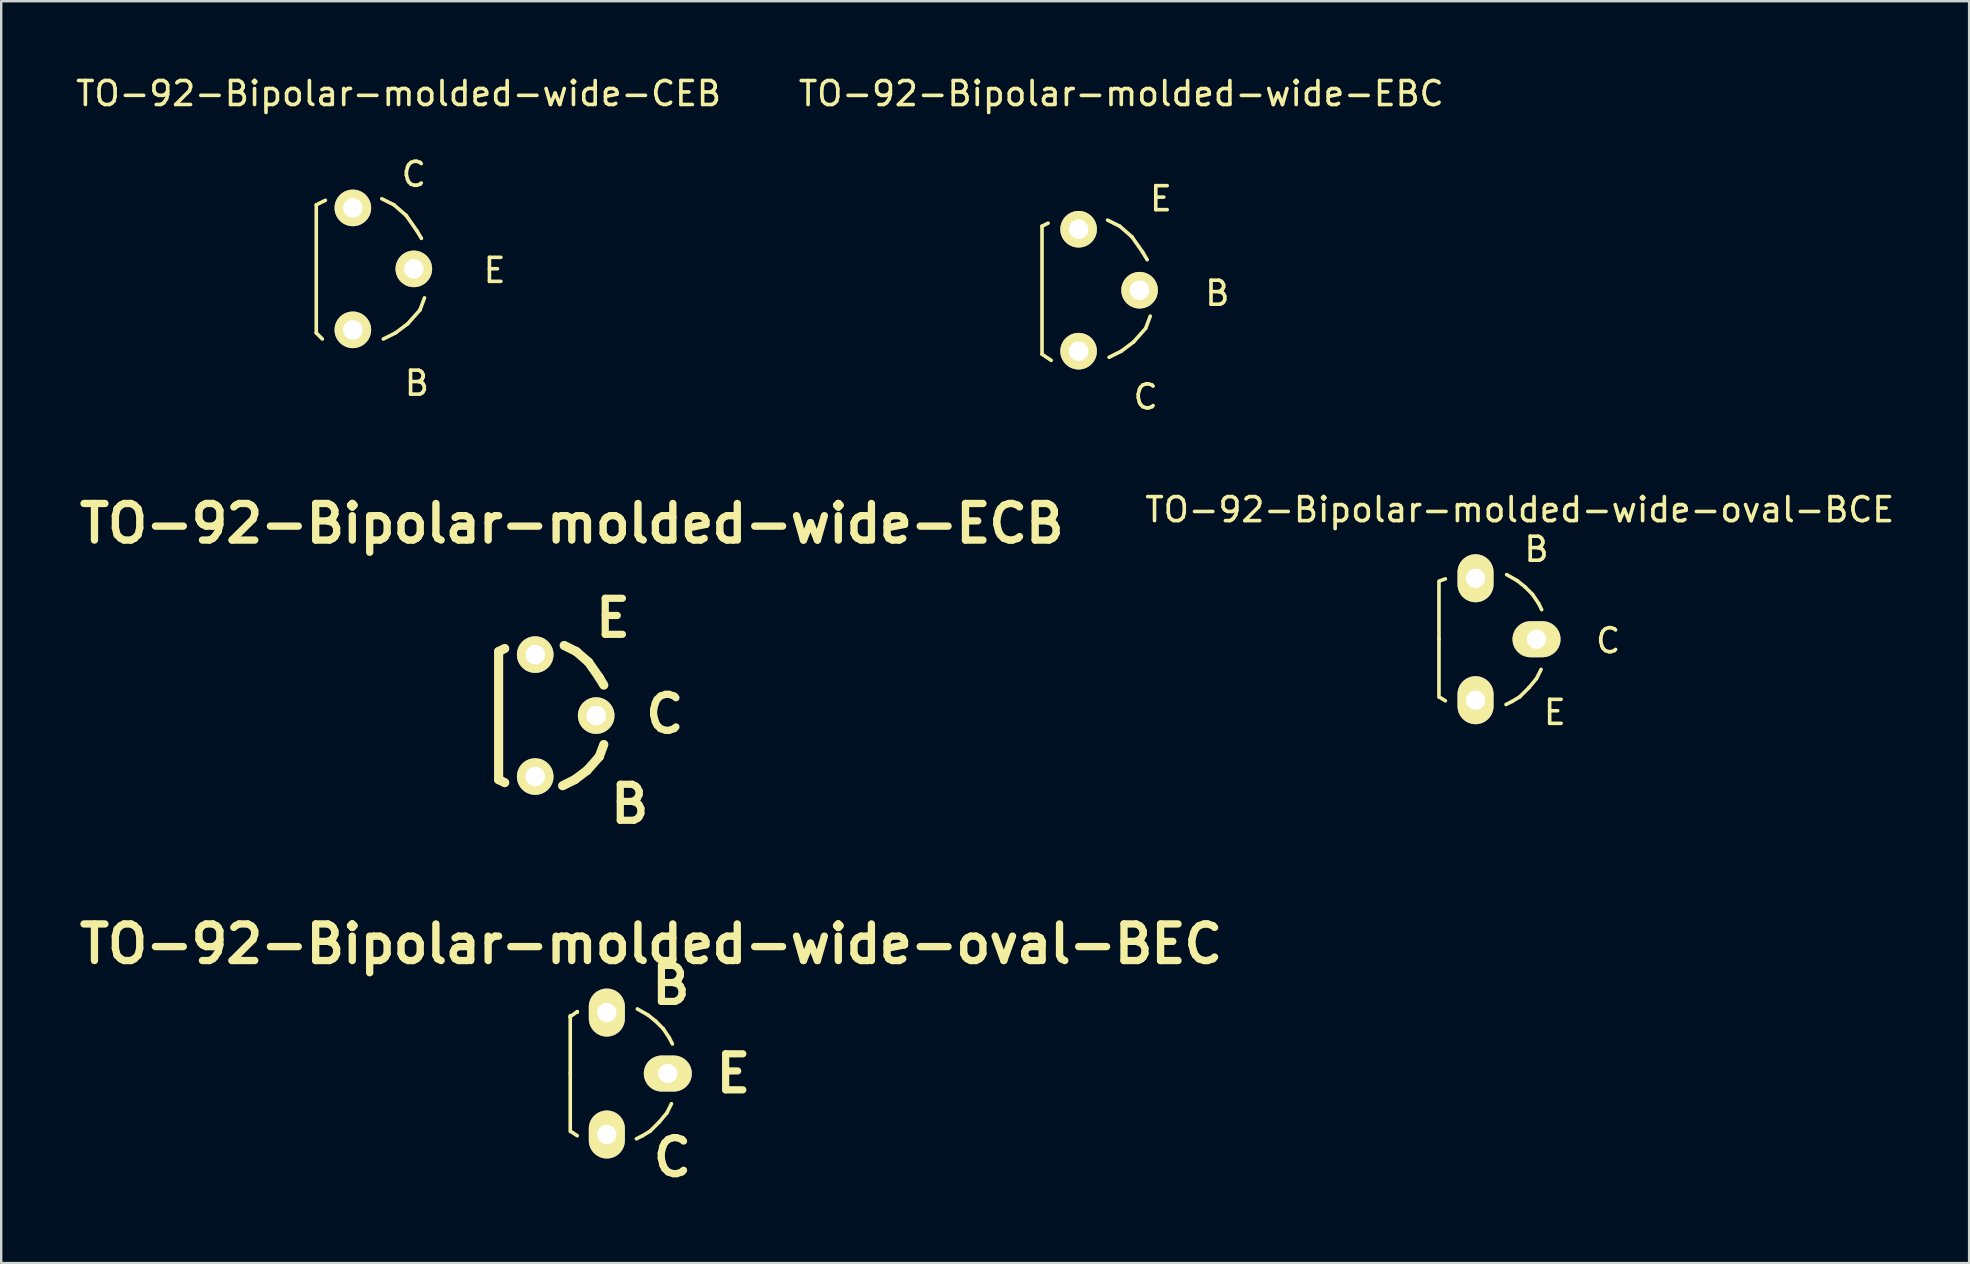
<source format=kicad_pcb>
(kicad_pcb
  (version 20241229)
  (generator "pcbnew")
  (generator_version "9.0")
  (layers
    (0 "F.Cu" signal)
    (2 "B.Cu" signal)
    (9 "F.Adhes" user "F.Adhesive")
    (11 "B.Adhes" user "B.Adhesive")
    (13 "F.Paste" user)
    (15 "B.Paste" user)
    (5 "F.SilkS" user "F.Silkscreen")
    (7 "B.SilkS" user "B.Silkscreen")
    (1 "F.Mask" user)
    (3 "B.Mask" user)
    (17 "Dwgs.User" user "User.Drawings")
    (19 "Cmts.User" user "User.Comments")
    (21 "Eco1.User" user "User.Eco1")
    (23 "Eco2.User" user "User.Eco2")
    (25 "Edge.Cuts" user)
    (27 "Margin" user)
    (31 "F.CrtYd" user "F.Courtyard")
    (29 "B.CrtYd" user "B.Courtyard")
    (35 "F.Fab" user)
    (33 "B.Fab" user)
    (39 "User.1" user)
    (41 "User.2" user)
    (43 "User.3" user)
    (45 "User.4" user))
  (footprint "TO-92-Bipolar-molded-wide-EBC"
    (layer "F.Cu")
    (at 41.883 9.04)
    (property "Reference" "TO-92-Bipolar-molded-wide-EBC" (at 1.778 -8.191 0) (layer "F.SilkS") (effects (font (size 1 1) (thickness 0.15))))
    (attr through_hole)
    (fp_line (start -1.524 -2.667) (end -1.524 2.667) (stroke (width 0.15) (type solid)) (layer "F.SilkS"))
    (fp_line (start -1.524 -2.667) (end -1.27 -2.794) (stroke (width 0.15) (type solid)) (layer "F.SilkS"))
    (fp_line (start -1.524 2.667) (end -1.143 2.921) (stroke (width 0.15) (type solid)) (layer "F.SilkS"))
    (fp_line (start 1.206 -2.921) (end 1.714 -2.667) (stroke (width 0.15) (type solid)) (layer "F.SilkS"))
    (fp_line (start 1.714 -2.667) (end 2.223 -2.223) (stroke (width 0.15) (type solid)) (layer "F.SilkS"))
    (fp_line (start 1.778 2.54) (end 1.27 2.794) (stroke (width 0.15) (type solid)) (layer "F.SilkS"))
    (fp_line (start 2.223 -2.223) (end 2.667 -1.587) (stroke (width 0.15) (type solid)) (layer "F.SilkS"))
    (fp_line (start 2.286 2.159) (end 1.778 2.54) (stroke (width 0.15) (type solid)) (layer "F.SilkS"))
    (fp_line (start 2.667 -1.587) (end 2.857 -1.27) (stroke (width 0.15) (type solid)) (layer "F.SilkS"))
    (fp_line (start 2.794 1.587) (end 2.286 2.159) (stroke (width 0.15) (type solid)) (layer "F.SilkS"))
    (fp_line (start 2.985 1.079) (end 2.794 1.587) (stroke (width 0.15) (type solid)) (layer "F.SilkS"))
    (fp_text user "C" (at 2.794 4.445 0) (layer "F.SilkS") (effects (font (size 1 1) (thickness 0.15))))
    (fp_text user "E" (at 3.429 -3.81 0) (layer "F.SilkS") (effects (font (size 1 1) (thickness 0.15))))
    (fp_text user "B" (at 5.779 0.127 0) (layer "F.SilkS") (effects (font (size 1 1) (thickness 0.15))))
    (pad "B" thru_hole circle (at 2.54 0) (size 1.524 1.524) (drill 0.813) (layers "*.Cu" "*.Mask" "F.SilkS"))
    (pad "C" thru_hole circle (at 0 2.54) (size 1.524 1.524) (drill 0.813) (layers "*.Cu" "*.Mask" "F.SilkS"))
    (pad "E" thru_hole circle (at 0 -2.54) (size 1.524 1.524) (drill 0.813) (layers "*.Cu" "*.Mask" "F.SilkS")))
  (footprint "TO-92-Bipolar-molded-wide-oval-BCE"
    (layer "F.Cu")
    (at 58.419 23.579)
    (property "Reference" "TO-92-Bipolar-molded-wide-oval-BCE" (at 1.841 -5.397 0) (layer "F.SilkS") (effects (font (size 1 1) (thickness 0.15))))
    (attr through_hole)
    (fp_line (start -1.524 0) (end -1.524 -2.413) (stroke (width 0.15) (type solid)) (layer "F.SilkS"))
    (fp_line (start -1.524 0) (end -1.524 2.413) (stroke (width 0.15) (type solid)) (layer "F.SilkS"))
    (fp_line (start -1.499 -2.426) (end -1.257 -2.515) (stroke (width 0.15) (type solid)) (layer "F.SilkS"))
    (fp_line (start -1.499 2.413) (end -1.257 2.565) (stroke (width 0.15) (type solid)) (layer "F.SilkS"))
    (fp_line (start 1.295 -2.692) (end 1.74 -2.438) (stroke (width 0.15) (type solid)) (layer "F.SilkS"))
    (fp_line (start 1.524 2.591) (end 1.27 2.718) (stroke (width 0.15) (type solid)) (layer "F.SilkS"))
    (fp_line (start 1.74 -2.438) (end 2.057 -2.184) (stroke (width 0.15) (type solid)) (layer "F.SilkS"))
    (fp_line (start 1.841 2.4) (end 1.524 2.591) (stroke (width 0.15) (type solid)) (layer "F.SilkS"))
    (fp_line (start 2.057 -2.184) (end 2.375 -1.867) (stroke (width 0.15) (type solid)) (layer "F.SilkS"))
    (fp_line (start 2.223 2.019) (end 1.841 2.4) (stroke (width 0.15) (type solid)) (layer "F.SilkS"))
    (fp_line (start 2.375 -1.867) (end 2.629 -1.486) (stroke (width 0.15) (type solid)) (layer "F.SilkS"))
    (fp_line (start 2.54 1.638) (end 2.223 2.019) (stroke (width 0.15) (type solid)) (layer "F.SilkS"))
    (fp_line (start 2.629 -1.486) (end 2.756 -1.232) (stroke (width 0.15) (type solid)) (layer "F.SilkS"))
    (fp_line (start 2.731 1.257) (end 2.54 1.638) (stroke (width 0.15) (type solid)) (layer "F.SilkS"))
    (fp_text user "C" (at 5.524 0.064 0) (layer "F.SilkS") (effects (font (size 1 1) (thickness 0.15))))
    (fp_text user "E" (at 3.302 3.048 0) (layer "F.SilkS") (effects (font (size 1 1) (thickness 0.15))))
    (fp_text user "B" (at 2.54 -3.747 0) (layer "F.SilkS") (effects (font (size 1 1) (thickness 0.15))))
    (pad "B" thru_hole oval (at 0 -2.54) (size 1.501 1.999) (drill 0.8) (layers "*.Cu" "*.Mask" "F.SilkS"))
    (pad "C" thru_hole oval (at 2.54 0) (size 1.999 1.501) (drill 0.8) (layers "*.Cu" "*.Mask" "F.SilkS"))
    (pad "E" thru_hole oval (at 0 2.54) (size 1.501 1.999) (drill 0.8) (layers "*.Cu" "*.Mask" "F.SilkS")))
  (footprint "TO-92-Bipolar-molded-wide-ECB"
    (layer "F.Cu")
    (at 19.246 26.76)
    (property "Reference" "TO-92-Bipolar-molded-wide-ECB" (at 1.524 -8.001 0) (layer "F.SilkS") (effects (font (size 1.524 1.524) (thickness 0.305))))
    (attr through_hole)
    (fp_line (start -1.524 -2.667) (end -1.524 2.667) (stroke (width 0.381) (type solid)) (layer "F.SilkS"))
    (fp_line (start -1.524 -2.667) (end -1.27 -2.794) (stroke (width 0.381) (type solid)) (layer "F.SilkS"))
    (fp_line (start -1.524 2.667) (end -1.27 2.794) (stroke (width 0.381) (type solid)) (layer "F.SilkS"))
    (fp_line (start 1.206 -2.921) (end 1.714 -2.667) (stroke (width 0.381) (type solid)) (layer "F.SilkS"))
    (fp_line (start 1.651 2.667) (end 1.143 2.921) (stroke (width 0.381) (type solid)) (layer "F.SilkS"))
    (fp_line (start 1.714 -2.667) (end 2.223 -2.223) (stroke (width 0.381) (type solid)) (layer "F.SilkS"))
    (fp_line (start 2.159 2.286) (end 1.651 2.667) (stroke (width 0.381) (type solid)) (layer "F.SilkS"))
    (fp_line (start 2.223 -2.223) (end 2.667 -1.587) (stroke (width 0.381) (type solid)) (layer "F.SilkS"))
    (fp_line (start 2.667 -1.587) (end 2.857 -1.27) (stroke (width 0.381) (type solid)) (layer "F.SilkS"))
    (fp_line (start 2.667 1.714) (end 2.159 2.286) (stroke (width 0.381) (type solid)) (layer "F.SilkS"))
    (fp_line (start 2.857 1.206) (end 2.667 1.714) (stroke (width 0.381) (type solid)) (layer "F.SilkS"))
    (fp_text user "E" (at 3.239 -4.064 0) (layer "F.SilkS") (effects (font (size 1.501 1.501) (thickness 0.3))))
    (fp_text user "C" (at 5.397 -0.064 0) (layer "F.SilkS") (effects (font (size 1.501 1.501) (thickness 0.3))))
    (fp_text user "B" (at 3.937 3.683 0) (layer "F.SilkS") (effects (font (size 1.501 1.501) (thickness 0.3))))
    (pad "B" thru_hole circle (at 0 2.54) (size 1.524 1.524) (drill 0.813) (layers "*.Cu" "*.Mask" "F.SilkS"))
    (pad "C" thru_hole circle (at 2.54 0) (size 1.524 1.524) (drill 0.813) (layers "*.Cu" "*.Mask" "F.SilkS"))
    (pad "E" thru_hole circle (at 0 -2.54) (size 1.524 1.524) (drill 0.813) (layers "*.Cu" "*.Mask" "F.SilkS")))
  (footprint "TO-92-Bipolar-molded-wide-oval-BEC"
    (layer "F.Cu")
    (at 22.23 41.672)
    (property "Reference" "TO-92-Bipolar-molded-wide-oval-BEC" (at 1.841 -5.397 0) (layer "F.SilkS") (effects (font (size 1.524 1.524) (thickness 0.305))))
    (attr through_hole)
    (fp_line (start -1.537 -2.362) (end -1.232 -2.578) (stroke (width 0.15) (type solid)) (layer "F.SilkS"))
    (fp_line (start -1.524 0) (end -1.524 -2.413) (stroke (width 0.15) (type solid)) (layer "F.SilkS"))
    (fp_line (start -1.524 0) (end -1.524 2.413) (stroke (width 0.15) (type solid)) (layer "F.SilkS"))
    (fp_line (start -1.499 2.413) (end -1.232 2.591) (stroke (width 0.15) (type solid)) (layer "F.SilkS"))
    (fp_line (start -1.232 -2.578) (end -1.232 -2.553) (stroke (width 0.15) (type solid)) (layer "F.SilkS"))
    (fp_line (start 1.27 -2.692) (end 1.714 -2.438) (stroke (width 0.15) (type solid)) (layer "F.SilkS"))
    (fp_line (start 1.486 2.591) (end 1.232 2.718) (stroke (width 0.15) (type solid)) (layer "F.SilkS"))
    (fp_line (start 1.714 -2.438) (end 2.032 -2.184) (stroke (width 0.15) (type solid)) (layer "F.SilkS"))
    (fp_line (start 1.803 2.4) (end 1.486 2.591) (stroke (width 0.15) (type solid)) (layer "F.SilkS"))
    (fp_line (start 2.032 -2.184) (end 2.349 -1.867) (stroke (width 0.15) (type solid)) (layer "F.SilkS"))
    (fp_line (start 2.184 2.019) (end 1.803 2.4) (stroke (width 0.15) (type solid)) (layer "F.SilkS"))
    (fp_line (start 2.349 -1.867) (end 2.603 -1.486) (stroke (width 0.15) (type solid)) (layer "F.SilkS"))
    (fp_line (start 2.502 1.638) (end 2.184 2.019) (stroke (width 0.15) (type solid)) (layer "F.SilkS"))
    (fp_line (start 2.603 -1.486) (end 2.731 -1.232) (stroke (width 0.15) (type solid)) (layer "F.SilkS"))
    (fp_line (start 2.692 1.257) (end 2.502 1.638) (stroke (width 0.15) (type solid)) (layer "F.SilkS"))
    (fp_text user "E" (at 5.271 0 0) (layer "F.SilkS") (effects (font (size 1.501 1.501) (thickness 0.3))))
    (fp_text user "B" (at 2.667 -3.683 0) (layer "F.SilkS") (effects (font (size 1.501 1.501) (thickness 0.3))))
    (fp_text user "C" (at 2.731 3.493 0) (layer "F.SilkS") (effects (font (size 1.501 1.501) (thickness 0.3))))
    (pad "B" thru_hole oval (at 0 -2.54) (size 1.501 1.999) (drill 0.8) (layers "*.Cu" "*.Mask" "F.SilkS"))
    (pad "C" thru_hole oval (at 0 2.54) (size 1.501 1.999) (drill 0.8) (layers "*.Cu" "*.Mask" "F.SilkS"))
    (pad "E" thru_hole oval (at 2.54 0) (size 1.999 1.501) (drill 0.8) (layers "*.Cu" "*.Mask" "F.SilkS")))
  (footprint "TO-92-Bipolar-molded-wide-CEB"
    (layer "F.Cu")
    (at 11.649 8.151)
    (property "Reference" "TO-92-Bipolar-molded-wide-CEB" (at 1.905 -7.303 0) (layer "F.SilkS") (effects (font (size 1 1) (thickness 0.15))))
    (attr through_hole)
    (fp_line (start -1.524 -2.667) (end -1.524 2.667) (stroke (width 0.15) (type solid)) (layer "F.SilkS"))
    (fp_line (start -1.524 -2.667) (end -1.143 -2.857) (stroke (width 0.15) (type solid)) (layer "F.SilkS"))
    (fp_line (start -1.524 2.667) (end -1.27 2.921) (stroke (width 0.15) (type solid)) (layer "F.SilkS"))
    (fp_line (start 1.206 -2.921) (end 1.714 -2.667) (stroke (width 0.15) (type solid)) (layer "F.SilkS"))
    (fp_line (start 1.714 -2.667) (end 2.223 -2.223) (stroke (width 0.15) (type solid)) (layer "F.SilkS"))
    (fp_line (start 1.778 2.667) (end 1.27 2.921) (stroke (width 0.15) (type solid)) (layer "F.SilkS"))
    (fp_line (start 2.223 -2.223) (end 2.667 -1.587) (stroke (width 0.15) (type solid)) (layer "F.SilkS"))
    (fp_line (start 2.286 2.286) (end 1.778 2.667) (stroke (width 0.15) (type solid)) (layer "F.SilkS"))
    (fp_line (start 2.667 -1.587) (end 2.857 -1.27) (stroke (width 0.15) (type solid)) (layer "F.SilkS"))
    (fp_line (start 2.794 1.714) (end 2.286 2.286) (stroke (width 0.15) (type solid)) (layer "F.SilkS"))
    (fp_line (start 2.985 1.206) (end 2.794 1.714) (stroke (width 0.15) (type solid)) (layer "F.SilkS"))
    (fp_text user "B" (at 2.667 4.763 0) (layer "F.SilkS") (effects (font (size 1 1) (thickness 0.15))))
    (fp_text user "E" (at 5.905 0.064 0) (layer "F.SilkS") (effects (font (size 1 1) (thickness 0.15))))
    (fp_text user "C" (at 2.54 -3.937 0) (layer "F.SilkS") (effects (font (size 1 1) (thickness 0.15))))
    (pad "B" thru_hole circle (at 0 2.54) (size 1.524 1.524) (drill 0.813) (layers "*.Cu" "*.Mask" "F.SilkS"))
    (pad "C" thru_hole circle (at 0 -2.54) (size 1.524 1.524) (drill 0.813) (layers "*.Cu" "*.Mask" "F.SilkS"))
    (pad "E" thru_hole circle (at 2.54 0) (size 1.524 1.524) (drill 0.813) (layers "*.Cu" "*.Mask" "F.SilkS")))
  (gr_rect
    (start -3 -3)
    (end 78.98 49.568)
    (stroke (width 0.1) (type default))
    (fill no)
    (layer "Edge.Cuts")))
</source>
